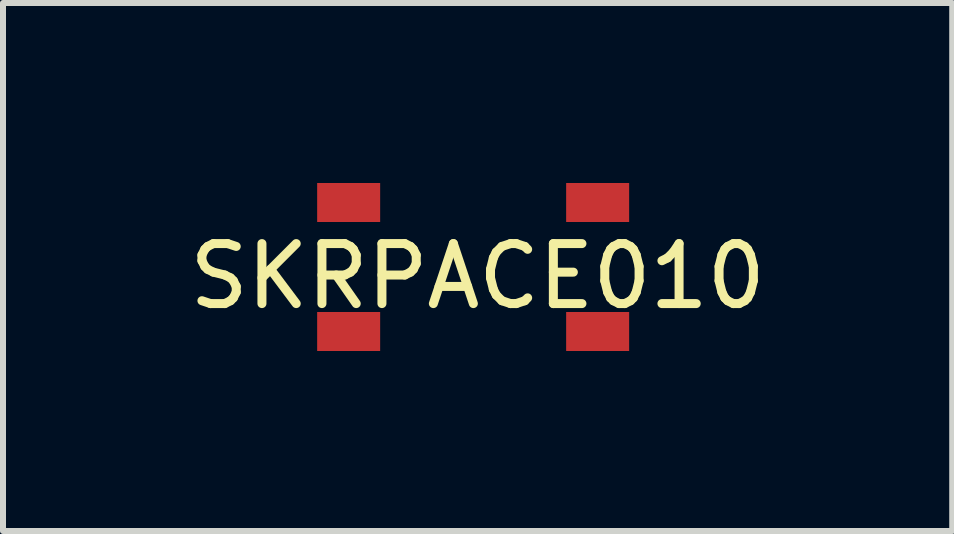
<source format=kicad_pcb>
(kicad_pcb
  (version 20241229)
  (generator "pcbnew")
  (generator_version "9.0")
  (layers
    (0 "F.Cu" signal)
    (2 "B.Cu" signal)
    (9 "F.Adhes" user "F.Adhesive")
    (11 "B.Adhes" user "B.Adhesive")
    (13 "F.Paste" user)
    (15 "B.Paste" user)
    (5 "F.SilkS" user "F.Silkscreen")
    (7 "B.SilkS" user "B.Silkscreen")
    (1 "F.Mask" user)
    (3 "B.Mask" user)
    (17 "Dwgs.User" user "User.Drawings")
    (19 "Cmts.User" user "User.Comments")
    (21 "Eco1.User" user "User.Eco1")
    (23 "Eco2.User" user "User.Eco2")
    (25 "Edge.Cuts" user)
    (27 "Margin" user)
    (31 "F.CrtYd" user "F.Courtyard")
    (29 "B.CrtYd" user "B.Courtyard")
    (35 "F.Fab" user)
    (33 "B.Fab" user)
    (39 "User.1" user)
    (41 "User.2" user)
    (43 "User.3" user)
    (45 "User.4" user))
  (footprint "SKRPACE010"
    (layer "F.Cu")
    (at 2.761 2.475)
    (property "Reference" "SKRPACE010" (at 2.15 -0.92 0) (layer "F.SilkS") (effects (font (size 1 1) (thickness 0.15))))
    (attr through_hole)
    (pad "1" smd rect (at 0 -2.15) (size 1.05 0.65) (layers "F.Cu" "F.Mask" "F.Paste"))
    (pad "1" smd rect (at 4.15 -2.15) (size 1.05 0.65) (layers "F.Cu" "F.Mask" "F.Paste"))
    (pad "2" smd rect (at 0 0) (size 1.05 0.65) (layers "F.Cu" "F.Mask" "F.Paste"))
    (pad "2" smd rect (at 4.15 0) (size 1.05 0.65) (layers "F.Cu" "F.Mask" "F.Paste")))
  (gr_rect
    (start -3 -3)
    (end 12.821 5.8)
    (stroke (width 0.1) (type default))
    (fill no)
    (layer "Edge.Cuts")))
</source>
